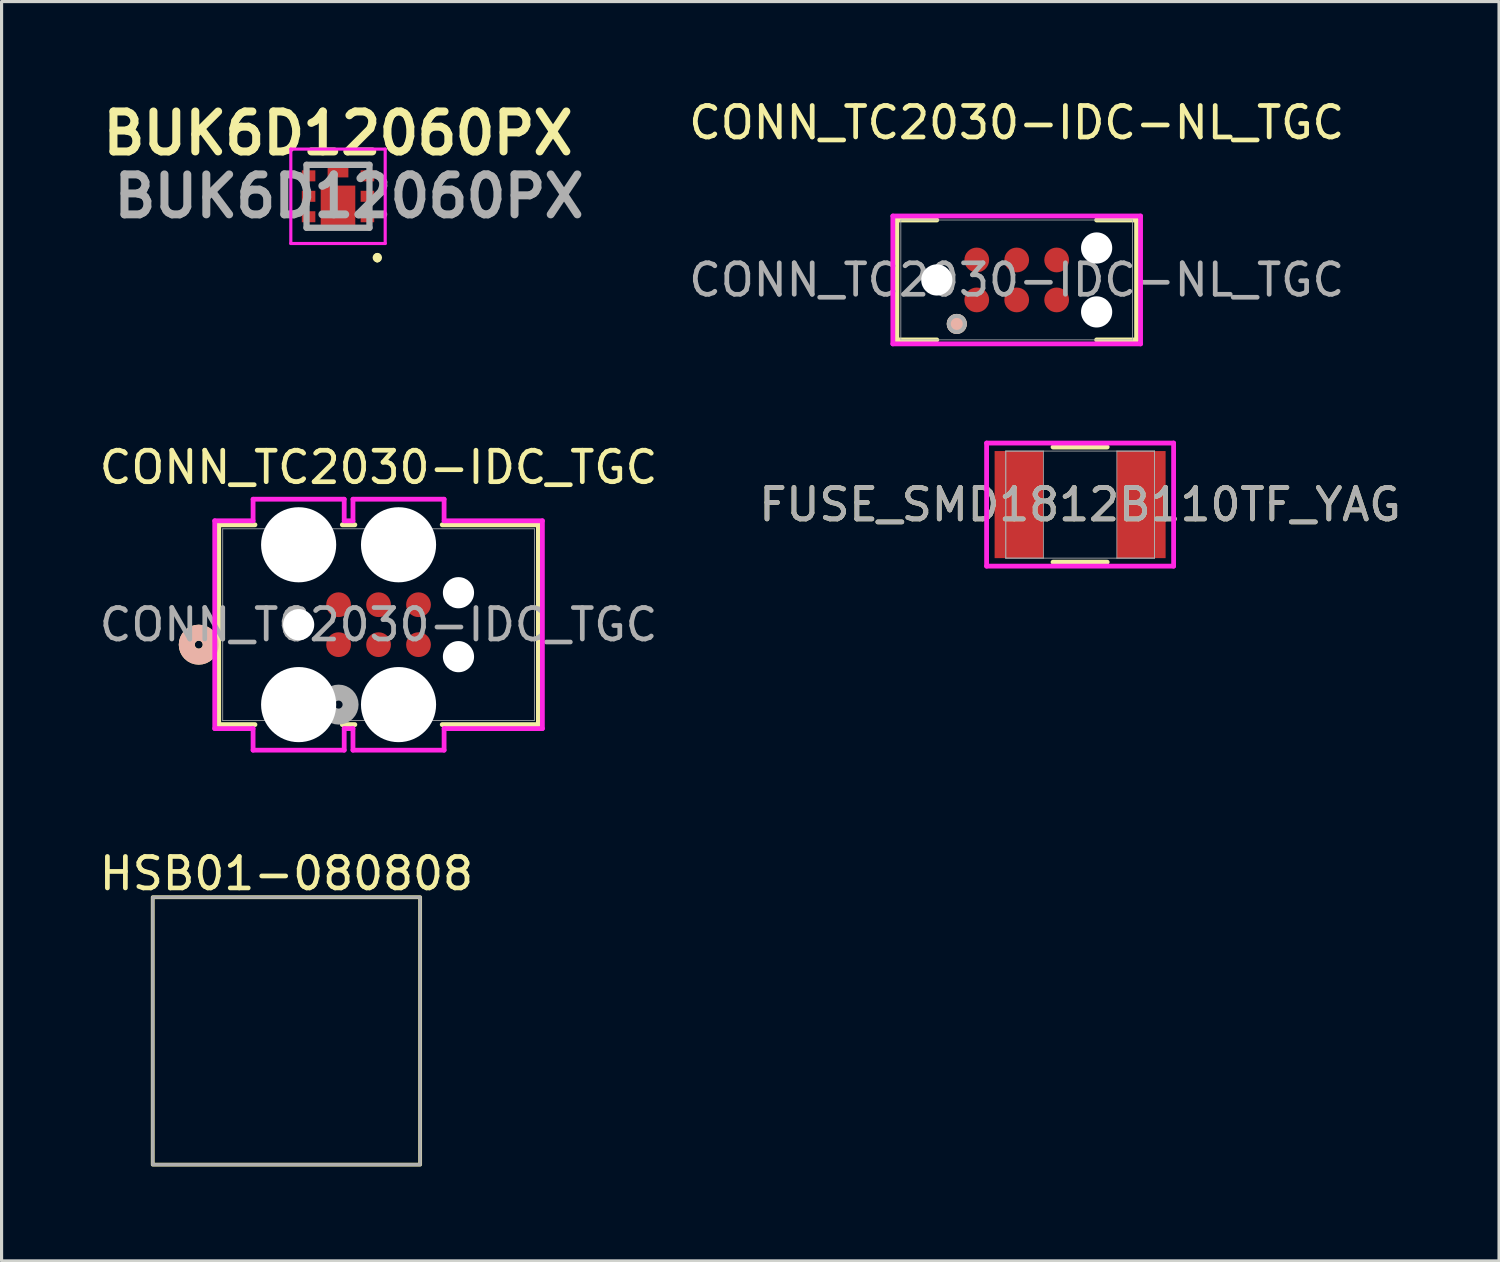
<source format=kicad_pcb>
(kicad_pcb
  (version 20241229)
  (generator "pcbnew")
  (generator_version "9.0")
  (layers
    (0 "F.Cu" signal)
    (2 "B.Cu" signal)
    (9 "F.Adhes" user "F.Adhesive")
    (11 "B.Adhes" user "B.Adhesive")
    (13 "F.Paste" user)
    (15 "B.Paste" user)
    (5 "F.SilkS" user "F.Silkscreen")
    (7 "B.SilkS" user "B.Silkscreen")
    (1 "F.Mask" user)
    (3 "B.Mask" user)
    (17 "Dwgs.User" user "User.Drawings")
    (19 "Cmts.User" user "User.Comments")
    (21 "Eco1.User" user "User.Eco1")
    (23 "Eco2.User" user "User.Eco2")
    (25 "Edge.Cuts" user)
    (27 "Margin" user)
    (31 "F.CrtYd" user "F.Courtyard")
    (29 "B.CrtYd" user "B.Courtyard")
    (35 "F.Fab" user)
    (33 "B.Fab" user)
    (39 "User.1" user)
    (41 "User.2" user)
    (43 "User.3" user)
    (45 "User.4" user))
  (footprint "BUK6D12060PX"
    (layer "F.Cu")
    (at 7.693 3.189)
    (property "Reference" "BUK6D12060PX" (at 0 -2 0) (layer "F.SilkS") (effects (font (size 1.27 1.27) (thickness 0.254))))
    (attr smd)
    (fp_line (start 1.25 2) (end 1.25 2) (stroke (width 0.2) (type solid)) (layer "F.SilkS"))
    (fp_arc (start 1.25 1.9) (mid 1.3 1.95) (end 1.25 2) (stroke (width 0.2) (type solid)) (layer "F.SilkS"))
    (fp_arc (start 1.25 2) (mid 1.2 1.95) (end 1.25 1.9) (stroke (width 0.2) (type solid)) (layer "F.SilkS"))
    (fp_line (start -1.5 -1.5) (end 1.5 -1.5) (stroke (width 0.1) (type solid)) (layer "F.CrtYd"))
    (fp_line (start -1.5 1.5) (end -1.5 -1.5) (stroke (width 0.1) (type solid)) (layer "F.CrtYd"))
    (fp_line (start 1.5 -1.5) (end 1.5 1.5) (stroke (width 0.1) (type solid)) (layer "F.CrtYd"))
    (fp_line (start 1.5 1.5) (end -1.5 1.5) (stroke (width 0.1) (type solid)) (layer "F.CrtYd"))
    (fp_line (start -1 -1) (end -1 1) (stroke (width 0.2) (type solid)) (layer "F.Fab"))
    (fp_line (start -1 1) (end 1 1) (stroke (width 0.2) (type solid)) (layer "F.Fab"))
    (fp_line (start 1 -1) (end -1 -1) (stroke (width 0.2) (type solid)) (layer "F.Fab"))
    (fp_line (start 1 1) (end 1 -1) (stroke (width 0.2) (type solid)) (layer "F.Fab"))
    (fp_text user "${REFERENCE}" (at 0.35 0 0) (layer "F.Fab") (effects (font (size 1.27 1.27) (thickness 0.254))))
    (pad "1" smd rect (at 0.935 0.65 90) (size 0.35 0.43) (layers "F.Cu" "F.Mask" "F.Paste"))
    (pad "2" smd rect (at 0.935 0 90) (size 0.35 0.43) (layers "F.Cu" "F.Mask" "F.Paste"))
    (pad "3" smd rect (at 0.935 -0.65 90) (size 0.35 0.43) (layers "F.Cu" "F.Mask" "F.Paste"))
    (pad "4" smd rect (at -0.935 -0.65 90) (size 0.35 0.43) (layers "F.Cu" "F.Mask" "F.Paste"))
    (pad "5" smd rect (at -0.935 0 90) (size 0.35 0.43) (layers "F.Cu" "F.Mask" "F.Paste"))
    (pad "6" smd rect (at -0.935 0.65 90) (size 0.35 0.43) (layers "F.Cu" "F.Mask" "F.Paste"))
    (pad "7" smd rect (at 0 0.285) (size 1.1 1.25) (layers "F.Cu" "F.Mask" "F.Paste"))
    (pad "8" smd rect (at 0 -0.775 90) (size 0.35 0.66) (layers "F.Cu" "F.Mask" "F.Paste")))
  (footprint "CONN_TC2030-IDC_TGC"
    (layer "F.Cu")
    (at 8.982 16.805)
    (property "Reference" "CONN_TC2030-IDC_TGC" (at 0 -5 0) (unlocked yes) (layer "F.SilkS") (effects (font (size 1 1) (thickness 0.15))))
    (attr smd)
    (fp_line (start -5.08 -3.175) (end -5.08 3.175) (stroke (width 0.152) (type solid)) (layer "F.SilkS"))
    (fp_line (start -5.08 3.175) (end -3.928 3.175) (stroke (width 0.152) (type solid)) (layer "F.SilkS"))
    (fp_line (start -3.928 -3.175) (end -5.08 -3.175) (stroke (width 0.152) (type solid)) (layer "F.SilkS"))
    (fp_line (start -1.152 3.175) (end -0.753 3.175) (stroke (width 0.152) (type solid)) (layer "F.SilkS"))
    (fp_line (start -0.753 -3.175) (end -1.152 -3.175) (stroke (width 0.152) (type solid)) (layer "F.SilkS"))
    (fp_line (start 2.023 3.175) (end 5.08 3.175) (stroke (width 0.152) (type solid)) (layer "F.SilkS"))
    (fp_line (start 5.08 -3.175) (end 2.023 -3.175) (stroke (width 0.152) (type solid)) (layer "F.SilkS"))
    (fp_line (start 5.08 3.175) (end 5.08 -3.175) (stroke (width 0.152) (type solid)) (layer "F.SilkS"))
    (fp_circle (center -5.715 0.635) (end -5.334 0.635) (stroke (width 0.508) (type solid)) (fill no) (layer "F.SilkS"))
    (fp_circle (center -5.715 0.635) (end -5.334 0.635) (stroke (width 0.508) (type solid)) (fill no) (layer "B.SilkS"))
    (fp_line (start -5.207 -3.302) (end -5.207 3.302) (stroke (width 0.152) (type solid)) (layer "F.CrtYd"))
    (fp_line (start -5.207 3.302) (end -3.988 3.302) (stroke (width 0.152) (type solid)) (layer "F.CrtYd"))
    (fp_line (start -3.988 -3.988) (end -3.988 -3.302) (stroke (width 0.152) (type solid)) (layer "F.CrtYd"))
    (fp_line (start -3.988 -3.302) (end -5.207 -3.302) (stroke (width 0.152) (type solid)) (layer "F.CrtYd"))
    (fp_line (start -3.988 3.302) (end -3.988 3.988) (stroke (width 0.152) (type solid)) (layer "F.CrtYd"))
    (fp_line (start -3.988 3.988) (end -1.092 3.988) (stroke (width 0.152) (type solid)) (layer "F.CrtYd"))
    (fp_line (start -1.092 -3.988) (end -3.988 -3.988) (stroke (width 0.152) (type solid)) (layer "F.CrtYd"))
    (fp_line (start -1.092 -3.302) (end -1.092 -3.988) (stroke (width 0.152) (type solid)) (layer "F.CrtYd"))
    (fp_line (start -1.092 3.302) (end -0.813 3.302) (stroke (width 0.152) (type solid)) (layer "F.CrtYd"))
    (fp_line (start -1.092 3.988) (end -1.092 3.302) (stroke (width 0.152) (type solid)) (layer "F.CrtYd"))
    (fp_line (start -0.813 -3.988) (end -0.813 -3.302) (stroke (width 0.152) (type solid)) (layer "F.CrtYd"))
    (fp_line (start -0.813 -3.302) (end -1.092 -3.302) (stroke (width 0.152) (type solid)) (layer "F.CrtYd"))
    (fp_line (start -0.813 3.302) (end -0.813 3.988) (stroke (width 0.152) (type solid)) (layer "F.CrtYd"))
    (fp_line (start -0.813 3.988) (end 2.083 3.988) (stroke (width 0.152) (type solid)) (layer "F.CrtYd"))
    (fp_line (start 2.083 -3.988) (end -0.813 -3.988) (stroke (width 0.152) (type solid)) (layer "F.CrtYd"))
    (fp_line (start 2.083 -3.302) (end 2.083 -3.988) (stroke (width 0.152) (type solid)) (layer "F.CrtYd"))
    (fp_line (start 2.083 3.302) (end 5.207 3.302) (stroke (width 0.152) (type solid)) (layer "F.CrtYd"))
    (fp_line (start 2.083 3.988) (end 2.083 3.302) (stroke (width 0.152) (type solid)) (layer "F.CrtYd"))
    (fp_line (start 5.207 -3.302) (end 2.083 -3.302) (stroke (width 0.152) (type solid)) (layer "F.CrtYd"))
    (fp_line (start 5.207 3.302) (end 5.207 -3.302) (stroke (width 0.152) (type solid)) (layer "F.CrtYd"))
    (fp_line (start -4.953 -3.048) (end -4.953 3.048) (stroke (width 0.025) (type solid)) (layer "F.Fab"))
    (fp_line (start -4.953 3.048) (end 4.953 3.048) (stroke (width 0.025) (type solid)) (layer "F.Fab"))
    (fp_line (start 4.953 -3.048) (end -4.953 -3.048) (stroke (width 0.025) (type solid)) (layer "F.Fab"))
    (fp_line (start 4.953 3.048) (end 4.953 -3.048) (stroke (width 0.025) (type solid)) (layer "F.Fab"))
    (fp_circle (center -1.27 2.54) (end -0.889 2.54) (stroke (width 0.508) (type solid)) (fill no) (layer "F.Fab"))
    (fp_text user "${REFERENCE}" (at 0 0 0) (unlocked yes) (layer "F.Fab") (effects (font (size 1 1) (thickness 0.15))))
    (pad "" np_thru_hole circle (at -2.54 -2.54) (size 2.388 2.388) (drill 2.388) (layers "*.Cu" "*.Mask"))
    (pad "" np_thru_hole circle (at -2.54 0) (size 0.991 0.991) (drill 0.991) (layers "*.Cu" "*.Mask"))
    (pad "" np_thru_hole circle (at -2.54 2.54) (size 2.388 2.388) (drill 2.388) (layers "*.Cu" "*.Mask"))
    (pad "" np_thru_hole circle (at 0.635 -2.54) (size 2.388 2.388) (drill 2.388) (layers "*.Cu" "*.Mask"))
    (pad "" np_thru_hole circle (at 0.635 2.54) (size 2.388 2.388) (drill 2.388) (layers "*.Cu" "*.Mask"))
    (pad "" np_thru_hole circle (at 2.54 -1.016) (size 0.991 0.991) (drill 0.991) (layers "*.Cu" "*.Mask"))
    (pad "" np_thru_hole circle (at 2.54 1.016) (size 0.991 0.991) (drill 0.991) (layers "*.Cu" "*.Mask"))
    (pad "1" smd circle (at -1.27 0.635) (size 0.787 0.787) (layers "F.Cu" "F.Mask" "F.Paste"))
    (pad "2" smd circle (at -1.27 -0.635) (size 0.787 0.787) (layers "F.Cu" "F.Mask" "F.Paste"))
    (pad "3" smd circle (at 0 0.635) (size 0.787 0.787) (layers "F.Cu" "F.Mask" "F.Paste"))
    (pad "4" smd circle (at 0 -0.635) (size 0.787 0.787) (layers "F.Cu" "F.Mask" "F.Paste"))
    (pad "5" smd circle (at 1.27 0.635) (size 0.787 0.787) (layers "F.Cu" "F.Mask" "F.Paste"))
    (pad "6" smd circle (at 1.27 -0.635) (size 0.787 0.787) (layers "F.Cu" "F.Mask" "F.Paste")))
  (footprint "CONN_TC2030-IDC-NL_TGC"
    (layer "F.Cu")
    (at 29.265 5.848)
    (property "Reference" "CONN_TC2030-IDC-NL_TGC" (at 0 -5 0) (unlocked yes) (layer "F.SilkS") (effects (font (size 1 1) (thickness 0.15))))
    (attr smd)
    (fp_line (start -3.81 -1.905) (end -3.81 1.905) (stroke (width 0.152) (type solid)) (layer "F.SilkS"))
    (fp_line (start -3.81 1.905) (end -2.54 1.905) (stroke (width 0.152) (type solid)) (layer "F.SilkS"))
    (fp_line (start -2.54 -1.905) (end -3.81 -1.905) (stroke (width 0.152) (type solid)) (layer "F.SilkS"))
    (fp_line (start 2.54 1.905) (end 3.81 1.905) (stroke (width 0.152) (type solid)) (layer "F.SilkS"))
    (fp_line (start 3.81 -1.905) (end 2.54 -1.905) (stroke (width 0.152) (type solid)) (layer "F.SilkS"))
    (fp_line (start 3.81 1.905) (end 3.81 -1.905) (stroke (width 0.152) (type solid)) (layer "F.SilkS"))
    (fp_circle (center -1.905 1.397) (end -1.651 1.397) (stroke (width 0.127) (type solid)) (fill yes) (layer "F.SilkS"))
    (fp_circle (center -1.905 1.397) (end -1.651 1.397) (stroke (width 0.127) (type solid)) (fill yes) (layer "B.SilkS"))
    (fp_line (start -3.937 -2.032) (end -3.937 2.032) (stroke (width 0.152) (type solid)) (layer "F.CrtYd"))
    (fp_line (start -3.937 2.032) (end 3.937 2.032) (stroke (width 0.152) (type solid)) (layer "F.CrtYd"))
    (fp_line (start 3.937 -2.032) (end -3.937 -2.032) (stroke (width 0.152) (type solid)) (layer "F.CrtYd"))
    (fp_line (start 3.937 2.032) (end 3.937 -2.032) (stroke (width 0.152) (type solid)) (layer "F.CrtYd"))
    (fp_line (start -3.683 -1.905) (end -3.683 1.905) (stroke (width 0.025) (type solid)) (layer "F.Fab"))
    (fp_line (start -3.683 1.905) (end 3.683 1.905) (stroke (width 0.025) (type solid)) (layer "F.Fab"))
    (fp_line (start 3.683 -1.905) (end -3.683 -1.905) (stroke (width 0.025) (type solid)) (layer "F.Fab"))
    (fp_line (start 3.683 1.905) (end 3.683 -1.905) (stroke (width 0.025) (type solid)) (layer "F.Fab"))
    (fp_circle (center -1.905 1.397) (end -1.651 1.397) (stroke (width 0.127) (type solid)) (fill no) (layer "F.Fab"))
    (fp_text user "${REFERENCE}" (at 0 0 0) (unlocked yes) (layer "F.Fab") (effects (font (size 1 1) (thickness 0.15))))
    (pad "" np_thru_hole circle (at -2.54 0) (size 0.991 0.991) (drill 0.991) (layers "*.Cu" "*.Mask"))
    (pad "" np_thru_hole circle (at 2.54 -1.016) (size 0.991 0.991) (drill 0.991) (layers "*.Cu" "*.Mask"))
    (pad "" np_thru_hole circle (at 2.54 1.016) (size 0.991 0.991) (drill 0.991) (layers "*.Cu" "*.Mask"))
    (pad "1" smd circle (at -1.27 0.635) (size 0.787 0.787) (layers "F.Cu" "F.Mask"))
    (pad "2" smd circle (at -1.27 -0.635) (size 0.787 0.787) (layers "F.Cu" "F.Mask"))
    (pad "3" smd circle (at 0 0.635) (size 0.787 0.787) (layers "F.Cu" "F.Mask"))
    (pad "4" smd circle (at 0 -0.635) (size 0.787 0.787) (layers "F.Cu" "F.Mask"))
    (pad "5" smd circle (at 1.27 0.635) (size 0.787 0.787) (layers "F.Cu" "F.Mask"))
    (pad "6" smd circle (at 1.27 -0.635) (size 0.787 0.787) (layers "F.Cu" "F.Mask")))
  (footprint "FUSE_SMD1812B110TF_YAG"
    (layer "F.Cu")
    (at 31.28 12.988)
    (property "Reference" "FUSE_SMD1812B110TF_YAG" (at 0 0 0) (unlocked yes) (layer "F.SilkS") (effects (font (size 1 1) (thickness 0.15))))
    (attr smd)
    (fp_line (start -0.861 1.829) (end 0.861 1.829) (stroke (width 0.152) (type solid)) (layer "F.SilkS"))
    (fp_line (start 0.861 -1.829) (end -0.861 -1.829) (stroke (width 0.152) (type solid)) (layer "F.SilkS"))
    (fp_line (start -2.972 -1.956) (end 2.972 -1.956) (stroke (width 0.152) (type solid)) (layer "F.CrtYd"))
    (fp_line (start -2.972 1.956) (end -2.972 -1.956) (stroke (width 0.152) (type solid)) (layer "F.CrtYd"))
    (fp_line (start 2.972 -1.956) (end 2.972 1.956) (stroke (width 0.152) (type solid)) (layer "F.CrtYd"))
    (fp_line (start 2.972 1.956) (end -2.972 1.956) (stroke (width 0.152) (type solid)) (layer "F.CrtYd"))
    (fp_line (start -2.362 -1.702) (end -2.362 1.702) (stroke (width 0.025) (type solid)) (layer "F.Fab"))
    (fp_line (start -2.362 -1.702) (end -2.362 1.702) (stroke (width 0.025) (type solid)) (layer "F.Fab"))
    (fp_line (start -2.362 1.702) (end -1.168 1.702) (stroke (width 0.025) (type solid)) (layer "F.Fab"))
    (fp_line (start -2.362 1.702) (end 2.362 1.702) (stroke (width 0.025) (type solid)) (layer "F.Fab"))
    (fp_line (start -1.168 -1.702) (end -2.362 -1.702) (stroke (width 0.025) (type solid)) (layer "F.Fab"))
    (fp_line (start -1.168 1.702) (end -1.168 -1.702) (stroke (width 0.025) (type solid)) (layer "F.Fab"))
    (fp_line (start 1.168 -1.702) (end 1.168 1.702) (stroke (width 0.025) (type solid)) (layer "F.Fab"))
    (fp_line (start 1.168 1.702) (end 2.362 1.702) (stroke (width 0.025) (type solid)) (layer "F.Fab"))
    (fp_line (start 2.362 -1.702) (end -2.362 -1.702) (stroke (width 0.025) (type solid)) (layer "F.Fab"))
    (fp_line (start 2.362 -1.702) (end 1.168 -1.702) (stroke (width 0.025) (type solid)) (layer "F.Fab"))
    (fp_line (start 2.362 1.702) (end 2.362 -1.702) (stroke (width 0.025) (type solid)) (layer "F.Fab"))
    (fp_line (start 2.362 1.702) (end 2.362 -1.702) (stroke (width 0.025) (type solid)) (layer "F.Fab"))
    (fp_circle (center -2.108 0) (end -2.108 0) (stroke (width 0.025) (type solid)) (fill no) (layer "F.Fab"))
    (fp_text user "${REFERENCE}" (at 0 0 0) (unlocked yes) (layer "F.Fab") (effects (font (size 1 1) (thickness 0.15))))
    (pad "1" smd rect (at -1.943 0) (size 1.549 3.404) (layers "F.Cu" "F.Mask" "F.Paste"))
    (pad "2" smd rect (at 1.943 0) (size 1.549 3.404) (layers "F.Cu" "F.Mask" "F.Paste"))
    (zone (net_name "") (layer "F.Cu") (hatch full 0.508) (connect_pads) (min_thickness 0.254) (filled_areas_thickness no) (keepout (tracks not_allowed) (vias not_allowed) (pads allowed) (copperpour not_allowed) (footprints allowed)) (placement (enabled no)) (fill) (polygon (pts (xy 30.162 11.337) (xy 32.397 11.337) (xy 32.397 14.639) (xy 30.162 14.639)))))
  (footprint "HSB01-080808"
    (layer "F.Cu")
    (at 6.054 29.717)
    (property "Reference" "HSB01-080808" (at 0 -5 0) (unlocked yes) (layer "F.SilkS") (effects (font (size 1 1) (thickness 0.15))))
    (attr smd)
    (fp_rect (start -1.015 -1.015) (end 1.015 1.015) (stroke (width 0.12) (type solid)) (fill yes) (layer "F.Mask"))
    (fp_rect (start -4.25 -4.25) (end 4.25 4.25) (stroke (width 0.12) (type default)) (fill no) (layer "F.SilkS"))
    (fp_rect (start -4.25 -4.25) (end 4.25 4.25) (stroke (width 0.1) (type default)) (fill no) (layer "F.Fab")))
  (gr_rect
    (start -3 -3)
    (end 44.595 37.027)
    (stroke (width 0.1) (type default))
    (fill no)
    (layer "Edge.Cuts")))
</source>
